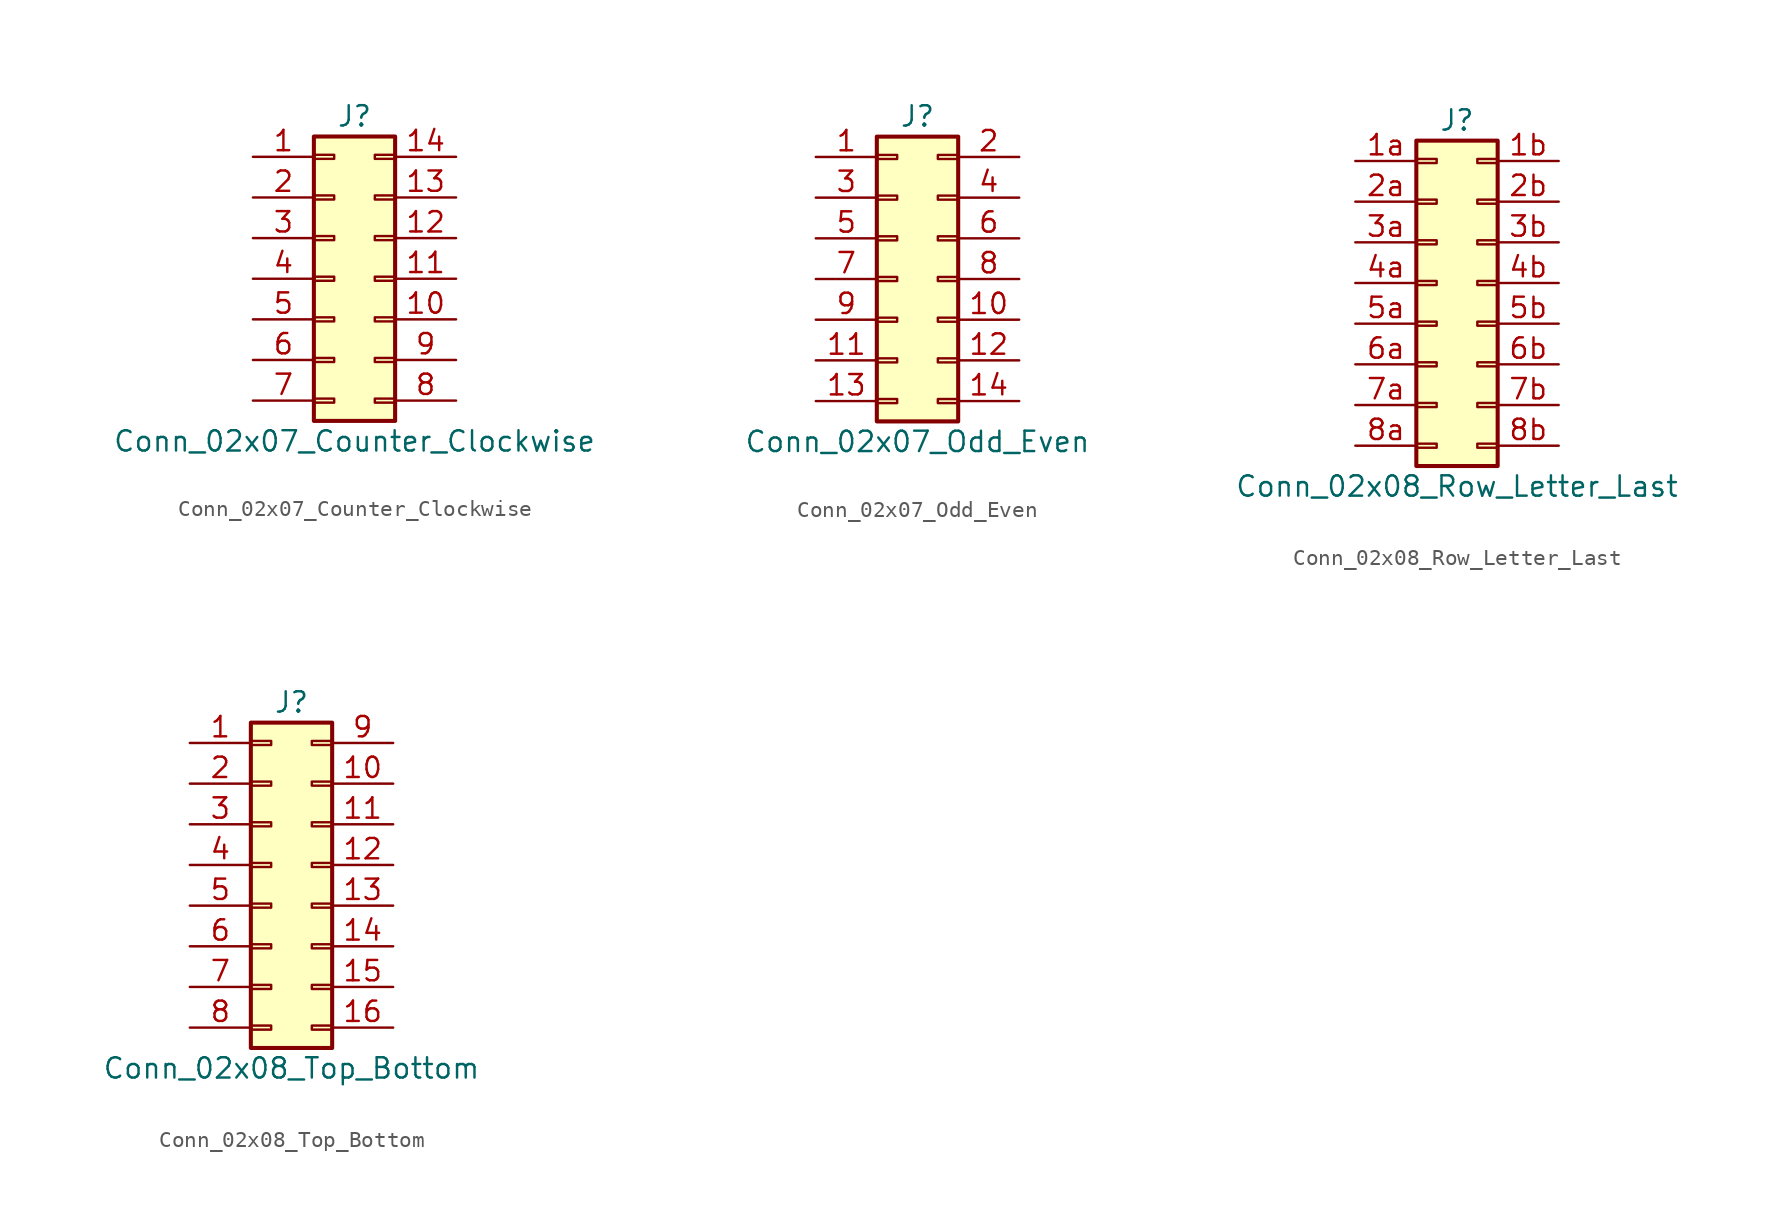
<source format=kicad_sym>
(kicad_symbol_lib
  (version 20220914)
  (generator kicad_symbol_editor)
  (symbol "Conn_02x07_Counter_Clockwise"
    (pin_names
      (offset 1.016) hide)
    (property "Reference" "J"
      (at 1.27 10.16 0)
      (effects (font (size 1.27 1.27))))
    (property "Value" "Conn_02x07_Counter_Clockwise"
      (at 1.27 -10.16 0)
      (effects (font (size 1.27 1.27))))
    (symbol "Conn_02x07_Counter_Clockwise_1_1"
      (rectangle (start -1.27 -7.493) (end 0 -7.747) (stroke (width 0.152) (type default)) (fill (type none)))
      (rectangle (start -1.27 -4.953) (end 0 -5.207) (stroke (width 0.152) (type default)) (fill (type none)))
      (rectangle (start -1.27 -2.413) (end 0 -2.667) (stroke (width 0.152) (type default)) (fill (type none)))
      (rectangle (start -1.27 0.127) (end 0 -0.127) (stroke (width 0.152) (type default)) (fill (type none)))
      (rectangle (start -1.27 2.667) (end 0 2.413) (stroke (width 0.152) (type default)) (fill (type none)))
      (rectangle (start -1.27 5.207) (end 0 4.953) (stroke (width 0.152) (type default)) (fill (type none)))
      (rectangle (start -1.27 7.747) (end 0 7.493) (stroke (width 0.152) (type default)) (fill (type none)))
      (rectangle (start -1.27 8.89) (end 3.81 -8.89) (stroke (width 0.254) (type default)) (fill (type background)))
      (rectangle (start 3.81 -7.493) (end 2.54 -7.747) (stroke (width 0.152) (type default)) (fill (type none)))
      (rectangle (start 3.81 -4.953) (end 2.54 -5.207) (stroke (width 0.152) (type default)) (fill (type none)))
      (rectangle (start 3.81 -2.413) (end 2.54 -2.667) (stroke (width 0.152) (type default)) (fill (type none)))
      (rectangle (start 3.81 0.127) (end 2.54 -0.127) (stroke (width 0.152) (type default)) (fill (type none)))
      (rectangle (start 3.81 2.667) (end 2.54 2.413) (stroke (width 0.152) (type default)) (fill (type none)))
      (rectangle (start 3.81 5.207) (end 2.54 4.953) (stroke (width 0.152) (type default)) (fill (type none)))
      (rectangle (start 3.81 7.747) (end 2.54 7.493) (stroke (width 0.152) (type default)) (fill (type none)))
      (pin passive line (at -5.08 7.62 0) (length 3.81) (name "Pin_1" (effects (font (size 1.27 1.27)))) (number "1" (effects (font (size 1.27 1.27)))))
      (pin passive line (at 7.62 -2.54 180) (length 3.81) (name "Pin_10" (effects (font (size 1.27 1.27)))) (number "10" (effects (font (size 1.27 1.27)))))
      (pin passive line (at 7.62 0 180) (length 3.81) (name "Pin_11" (effects (font (size 1.27 1.27)))) (number "11" (effects (font (size 1.27 1.27)))))
      (pin passive line (at 7.62 2.54 180) (length 3.81) (name "Pin_12" (effects (font (size 1.27 1.27)))) (number "12" (effects (font (size 1.27 1.27)))))
      (pin passive line (at 7.62 5.08 180) (length 3.81) (name "Pin_13" (effects (font (size 1.27 1.27)))) (number "13" (effects (font (size 1.27 1.27)))))
      (pin passive line (at 7.62 7.62 180) (length 3.81) (name "Pin_14" (effects (font (size 1.27 1.27)))) (number "14" (effects (font (size 1.27 1.27)))))
      (pin passive line (at -5.08 5.08 0) (length 3.81) (name "Pin_2" (effects (font (size 1.27 1.27)))) (number "2" (effects (font (size 1.27 1.27)))))
      (pin passive line (at -5.08 2.54 0) (length 3.81) (name "Pin_3" (effects (font (size 1.27 1.27)))) (number "3" (effects (font (size 1.27 1.27)))))
      (pin passive line (at -5.08 0 0) (length 3.81) (name "Pin_4" (effects (font (size 1.27 1.27)))) (number "4" (effects (font (size 1.27 1.27)))))
      (pin passive line (at -5.08 -2.54 0) (length 3.81) (name "Pin_5" (effects (font (size 1.27 1.27)))) (number "5" (effects (font (size 1.27 1.27)))))
      (pin passive line (at -5.08 -5.08 0) (length 3.81) (name "Pin_6" (effects (font (size 1.27 1.27)))) (number "6" (effects (font (size 1.27 1.27)))))
      (pin passive line (at -5.08 -7.62 0) (length 3.81) (name "Pin_7" (effects (font (size 1.27 1.27)))) (number "7" (effects (font (size 1.27 1.27)))))
      (pin passive line (at 7.62 -7.62 180) (length 3.81) (name "Pin_8" (effects (font (size 1.27 1.27)))) (number "8" (effects (font (size 1.27 1.27)))))
      (pin passive line (at 7.62 -5.08 180) (length 3.81) (name "Pin_9" (effects (font (size 1.27 1.27)))) (number "9" (effects (font (size 1.27 1.27)))))))
  (symbol "Conn_02x07_Odd_Even"
    (pin_names
      (offset 1.016) hide)
    (property "Reference" "J"
      (at 1.27 10.16 0)
      (effects (font (size 1.27 1.27))))
    (property "Value" "Conn_02x07_Odd_Even"
      (at 1.27 -10.16 0)
      (effects (font (size 1.27 1.27))))
    (symbol "Conn_02x07_Odd_Even_1_1"
      (rectangle (start -1.27 -7.493) (end 0 -7.747) (stroke (width 0.152) (type default)) (fill (type none)))
      (rectangle (start -1.27 -4.953) (end 0 -5.207) (stroke (width 0.152) (type default)) (fill (type none)))
      (rectangle (start -1.27 -2.413) (end 0 -2.667) (stroke (width 0.152) (type default)) (fill (type none)))
      (rectangle (start -1.27 0.127) (end 0 -0.127) (stroke (width 0.152) (type default)) (fill (type none)))
      (rectangle (start -1.27 2.667) (end 0 2.413) (stroke (width 0.152) (type default)) (fill (type none)))
      (rectangle (start -1.27 5.207) (end 0 4.953) (stroke (width 0.152) (type default)) (fill (type none)))
      (rectangle (start -1.27 7.747) (end 0 7.493) (stroke (width 0.152) (type default)) (fill (type none)))
      (rectangle (start -1.27 8.89) (end 3.81 -8.89) (stroke (width 0.254) (type default)) (fill (type background)))
      (rectangle (start 3.81 -7.493) (end 2.54 -7.747) (stroke (width 0.152) (type default)) (fill (type none)))
      (rectangle (start 3.81 -4.953) (end 2.54 -5.207) (stroke (width 0.152) (type default)) (fill (type none)))
      (rectangle (start 3.81 -2.413) (end 2.54 -2.667) (stroke (width 0.152) (type default)) (fill (type none)))
      (rectangle (start 3.81 0.127) (end 2.54 -0.127) (stroke (width 0.152) (type default)) (fill (type none)))
      (rectangle (start 3.81 2.667) (end 2.54 2.413) (stroke (width 0.152) (type default)) (fill (type none)))
      (rectangle (start 3.81 5.207) (end 2.54 4.953) (stroke (width 0.152) (type default)) (fill (type none)))
      (rectangle (start 3.81 7.747) (end 2.54 7.493) (stroke (width 0.152) (type default)) (fill (type none)))
      (pin passive line (at -5.08 7.62 0) (length 3.81) (name "Pin_1" (effects (font (size 1.27 1.27)))) (number "1" (effects (font (size 1.27 1.27)))))
      (pin passive line (at 7.62 -2.54 180) (length 3.81) (name "Pin_10" (effects (font (size 1.27 1.27)))) (number "10" (effects (font (size 1.27 1.27)))))
      (pin passive line (at -5.08 -5.08 0) (length 3.81) (name "Pin_11" (effects (font (size 1.27 1.27)))) (number "11" (effects (font (size 1.27 1.27)))))
      (pin passive line (at 7.62 -5.08 180) (length 3.81) (name "Pin_12" (effects (font (size 1.27 1.27)))) (number "12" (effects (font (size 1.27 1.27)))))
      (pin passive line (at -5.08 -7.62 0) (length 3.81) (name "Pin_13" (effects (font (size 1.27 1.27)))) (number "13" (effects (font (size 1.27 1.27)))))
      (pin passive line (at 7.62 -7.62 180) (length 3.81) (name "Pin_14" (effects (font (size 1.27 1.27)))) (number "14" (effects (font (size 1.27 1.27)))))
      (pin passive line (at 7.62 7.62 180) (length 3.81) (name "Pin_2" (effects (font (size 1.27 1.27)))) (number "2" (effects (font (size 1.27 1.27)))))
      (pin passive line (at -5.08 5.08 0) (length 3.81) (name "Pin_3" (effects (font (size 1.27 1.27)))) (number "3" (effects (font (size 1.27 1.27)))))
      (pin passive line (at 7.62 5.08 180) (length 3.81) (name "Pin_4" (effects (font (size 1.27 1.27)))) (number "4" (effects (font (size 1.27 1.27)))))
      (pin passive line (at -5.08 2.54 0) (length 3.81) (name "Pin_5" (effects (font (size 1.27 1.27)))) (number "5" (effects (font (size 1.27 1.27)))))
      (pin passive line (at 7.62 2.54 180) (length 3.81) (name "Pin_6" (effects (font (size 1.27 1.27)))) (number "6" (effects (font (size 1.27 1.27)))))
      (pin passive line (at -5.08 0 0) (length 3.81) (name "Pin_7" (effects (font (size 1.27 1.27)))) (number "7" (effects (font (size 1.27 1.27)))))
      (pin passive line (at 7.62 0 180) (length 3.81) (name "Pin_8" (effects (font (size 1.27 1.27)))) (number "8" (effects (font (size 1.27 1.27)))))
      (pin passive line (at -5.08 -2.54 0) (length 3.81) (name "Pin_9" (effects (font (size 1.27 1.27)))) (number "9" (effects (font (size 1.27 1.27)))))))
  (symbol "Conn_02x08_Row_Letter_Last"
    (pin_names
      (offset 1.016) hide)
    (property "Reference" "J"
      (at 1.27 10.16 0)
      (effects (font (size 1.27 1.27))))
    (property "Value" "Conn_02x08_Row_Letter_Last"
      (at 1.27 -12.7 0)
      (effects (font (size 1.27 1.27))))
    (symbol "Conn_02x08_Row_Letter_Last_1_1"
      (rectangle (start -1.27 -10.033) (end 0 -10.287) (stroke (width 0.152) (type default)) (fill (type none)))
      (rectangle (start -1.27 -7.493) (end 0 -7.747) (stroke (width 0.152) (type default)) (fill (type none)))
      (rectangle (start -1.27 -4.953) (end 0 -5.207) (stroke (width 0.152) (type default)) (fill (type none)))
      (rectangle (start -1.27 -2.413) (end 0 -2.667) (stroke (width 0.152) (type default)) (fill (type none)))
      (rectangle (start -1.27 0.127) (end 0 -0.127) (stroke (width 0.152) (type default)) (fill (type none)))
      (rectangle (start -1.27 2.667) (end 0 2.413) (stroke (width 0.152) (type default)) (fill (type none)))
      (rectangle (start -1.27 5.207) (end 0 4.953) (stroke (width 0.152) (type default)) (fill (type none)))
      (rectangle (start -1.27 7.747) (end 0 7.493) (stroke (width 0.152) (type default)) (fill (type none)))
      (rectangle (start -1.27 8.89) (end 3.81 -11.43) (stroke (width 0.254) (type default)) (fill (type background)))
      (rectangle (start 3.81 -10.033) (end 2.54 -10.287) (stroke (width 0.152) (type default)) (fill (type none)))
      (rectangle (start 3.81 -7.493) (end 2.54 -7.747) (stroke (width 0.152) (type default)) (fill (type none)))
      (rectangle (start 3.81 -4.953) (end 2.54 -5.207) (stroke (width 0.152) (type default)) (fill (type none)))
      (rectangle (start 3.81 -2.413) (end 2.54 -2.667) (stroke (width 0.152) (type default)) (fill (type none)))
      (rectangle (start 3.81 0.127) (end 2.54 -0.127) (stroke (width 0.152) (type default)) (fill (type none)))
      (rectangle (start 3.81 2.667) (end 2.54 2.413) (stroke (width 0.152) (type default)) (fill (type none)))
      (rectangle (start 3.81 5.207) (end 2.54 4.953) (stroke (width 0.152) (type default)) (fill (type none)))
      (rectangle (start 3.81 7.747) (end 2.54 7.493) (stroke (width 0.152) (type default)) (fill (type none)))
      (pin passive line (at -5.08 7.62 0) (length 3.81) (name "Pin_1a" (effects (font (size 1.27 1.27)))) (number "1a" (effects (font (size 1.27 1.27)))))
      (pin passive line (at 7.62 7.62 180) (length 3.81) (name "Pin_1b" (effects (font (size 1.27 1.27)))) (number "1b" (effects (font (size 1.27 1.27)))))
      (pin passive line (at -5.08 5.08 0) (length 3.81) (name "Pin_2a" (effects (font (size 1.27 1.27)))) (number "2a" (effects (font (size 1.27 1.27)))))
      (pin passive line (at 7.62 5.08 180) (length 3.81) (name "Pin_2b" (effects (font (size 1.27 1.27)))) (number "2b" (effects (font (size 1.27 1.27)))))
      (pin passive line (at -5.08 2.54 0) (length 3.81) (name "Pin_3a" (effects (font (size 1.27 1.27)))) (number "3a" (effects (font (size 1.27 1.27)))))
      (pin passive line (at 7.62 2.54 180) (length 3.81) (name "Pin_3b" (effects (font (size 1.27 1.27)))) (number "3b" (effects (font (size 1.27 1.27)))))
      (pin passive line (at -5.08 0 0) (length 3.81) (name "Pin_4a" (effects (font (size 1.27 1.27)))) (number "4a" (effects (font (size 1.27 1.27)))))
      (pin passive line (at 7.62 0 180) (length 3.81) (name "Pin_4b" (effects (font (size 1.27 1.27)))) (number "4b" (effects (font (size 1.27 1.27)))))
      (pin passive line (at -5.08 -2.54 0) (length 3.81) (name "Pin_5a" (effects (font (size 1.27 1.27)))) (number "5a" (effects (font (size 1.27 1.27)))))
      (pin passive line (at 7.62 -2.54 180) (length 3.81) (name "Pin_5b" (effects (font (size 1.27 1.27)))) (number "5b" (effects (font (size 1.27 1.27)))))
      (pin passive line (at -5.08 -5.08 0) (length 3.81) (name "Pin_6a" (effects (font (size 1.27 1.27)))) (number "6a" (effects (font (size 1.27 1.27)))))
      (pin passive line (at 7.62 -5.08 180) (length 3.81) (name "Pin_6b" (effects (font (size 1.27 1.27)))) (number "6b" (effects (font (size 1.27 1.27)))))
      (pin passive line (at -5.08 -7.62 0) (length 3.81) (name "Pin_7a" (effects (font (size 1.27 1.27)))) (number "7a" (effects (font (size 1.27 1.27)))))
      (pin passive line (at 7.62 -7.62 180) (length 3.81) (name "Pin_7b" (effects (font (size 1.27 1.27)))) (number "7b" (effects (font (size 1.27 1.27)))))
      (pin passive line (at -5.08 -10.16 0) (length 3.81) (name "Pin_8a" (effects (font (size 1.27 1.27)))) (number "8a" (effects (font (size 1.27 1.27)))))
      (pin passive line (at 7.62 -10.16 180) (length 3.81) (name "Pin_8b" (effects (font (size 1.27 1.27)))) (number "8b" (effects (font (size 1.27 1.27)))))))
  (symbol "Conn_02x08_Top_Bottom"
    (pin_names
      (offset 1.016) hide)
    (property "Reference" "J"
      (at 1.27 10.16 0)
      (effects (font (size 1.27 1.27))))
    (property "Value" "Conn_02x08_Top_Bottom"
      (at 1.27 -12.7 0)
      (effects (font (size 1.27 1.27))))
    (symbol "Conn_02x08_Top_Bottom_1_1"
      (rectangle (start -1.27 -10.033) (end 0 -10.287) (stroke (width 0.152) (type default)) (fill (type none)))
      (rectangle (start -1.27 -7.493) (end 0 -7.747) (stroke (width 0.152) (type default)) (fill (type none)))
      (rectangle (start -1.27 -4.953) (end 0 -5.207) (stroke (width 0.152) (type default)) (fill (type none)))
      (rectangle (start -1.27 -2.413) (end 0 -2.667) (stroke (width 0.152) (type default)) (fill (type none)))
      (rectangle (start -1.27 0.127) (end 0 -0.127) (stroke (width 0.152) (type default)) (fill (type none)))
      (rectangle (start -1.27 2.667) (end 0 2.413) (stroke (width 0.152) (type default)) (fill (type none)))
      (rectangle (start -1.27 5.207) (end 0 4.953) (stroke (width 0.152) (type default)) (fill (type none)))
      (rectangle (start -1.27 7.747) (end 0 7.493) (stroke (width 0.152) (type default)) (fill (type none)))
      (rectangle (start -1.27 8.89) (end 3.81 -11.43) (stroke (width 0.254) (type default)) (fill (type background)))
      (rectangle (start 3.81 -10.033) (end 2.54 -10.287) (stroke (width 0.152) (type default)) (fill (type none)))
      (rectangle (start 3.81 -7.493) (end 2.54 -7.747) (stroke (width 0.152) (type default)) (fill (type none)))
      (rectangle (start 3.81 -4.953) (end 2.54 -5.207) (stroke (width 0.152) (type default)) (fill (type none)))
      (rectangle (start 3.81 -2.413) (end 2.54 -2.667) (stroke (width 0.152) (type default)) (fill (type none)))
      (rectangle (start 3.81 0.127) (end 2.54 -0.127) (stroke (width 0.152) (type default)) (fill (type none)))
      (rectangle (start 3.81 2.667) (end 2.54 2.413) (stroke (width 0.152) (type default)) (fill (type none)))
      (rectangle (start 3.81 5.207) (end 2.54 4.953) (stroke (width 0.152) (type default)) (fill (type none)))
      (rectangle (start 3.81 7.747) (end 2.54 7.493) (stroke (width 0.152) (type default)) (fill (type none)))
      (pin passive line (at -5.08 7.62 0) (length 3.81) (name "Pin_1" (effects (font (size 1.27 1.27)))) (number "1" (effects (font (size 1.27 1.27)))))
      (pin passive line (at 7.62 5.08 180) (length 3.81) (name "Pin_10" (effects (font (size 1.27 1.27)))) (number "10" (effects (font (size 1.27 1.27)))))
      (pin passive line (at 7.62 2.54 180) (length 3.81) (name "Pin_11" (effects (font (size 1.27 1.27)))) (number "11" (effects (font (size 1.27 1.27)))))
      (pin passive line (at 7.62 0 180) (length 3.81) (name "Pin_12" (effects (font (size 1.27 1.27)))) (number "12" (effects (font (size 1.27 1.27)))))
      (pin passive line (at 7.62 -2.54 180) (length 3.81) (name "Pin_13" (effects (font (size 1.27 1.27)))) (number "13" (effects (font (size 1.27 1.27)))))
      (pin passive line (at 7.62 -5.08 180) (length 3.81) (name "Pin_14" (effects (font (size 1.27 1.27)))) (number "14" (effects (font (size 1.27 1.27)))))
      (pin passive line (at 7.62 -7.62 180) (length 3.81) (name "Pin_15" (effects (font (size 1.27 1.27)))) (number "15" (effects (font (size 1.27 1.27)))))
      (pin passive line (at 7.62 -10.16 180) (length 3.81) (name "Pin_16" (effects (font (size 1.27 1.27)))) (number "16" (effects (font (size 1.27 1.27)))))
      (pin passive line (at -5.08 5.08 0) (length 3.81) (name "Pin_2" (effects (font (size 1.27 1.27)))) (number "2" (effects (font (size 1.27 1.27)))))
      (pin passive line (at -5.08 2.54 0) (length 3.81) (name "Pin_3" (effects (font (size 1.27 1.27)))) (number "3" (effects (font (size 1.27 1.27)))))
      (pin passive line (at -5.08 0 0) (length 3.81) (name "Pin_4" (effects (font (size 1.27 1.27)))) (number "4" (effects (font (size 1.27 1.27)))))
      (pin passive line (at -5.08 -2.54 0) (length 3.81) (name "Pin_5" (effects (font (size 1.27 1.27)))) (number "5" (effects (font (size 1.27 1.27)))))
      (pin passive line (at -5.08 -5.08 0) (length 3.81) (name "Pin_6" (effects (font (size 1.27 1.27)))) (number "6" (effects (font (size 1.27 1.27)))))
      (pin passive line (at -5.08 -7.62 0) (length 3.81) (name "Pin_7" (effects (font (size 1.27 1.27)))) (number "7" (effects (font (size 1.27 1.27)))))
      (pin passive line (at -5.08 -10.16 0) (length 3.81) (name "Pin_8" (effects (font (size 1.27 1.27)))) (number "8" (effects (font (size 1.27 1.27)))))
      (pin passive line (at 7.62 7.62 180) (length 3.81) (name "Pin_9" (effects (font (size 1.27 1.27)))) (number "9" (effects (font (size 1.27 1.27))))))))
</source>
